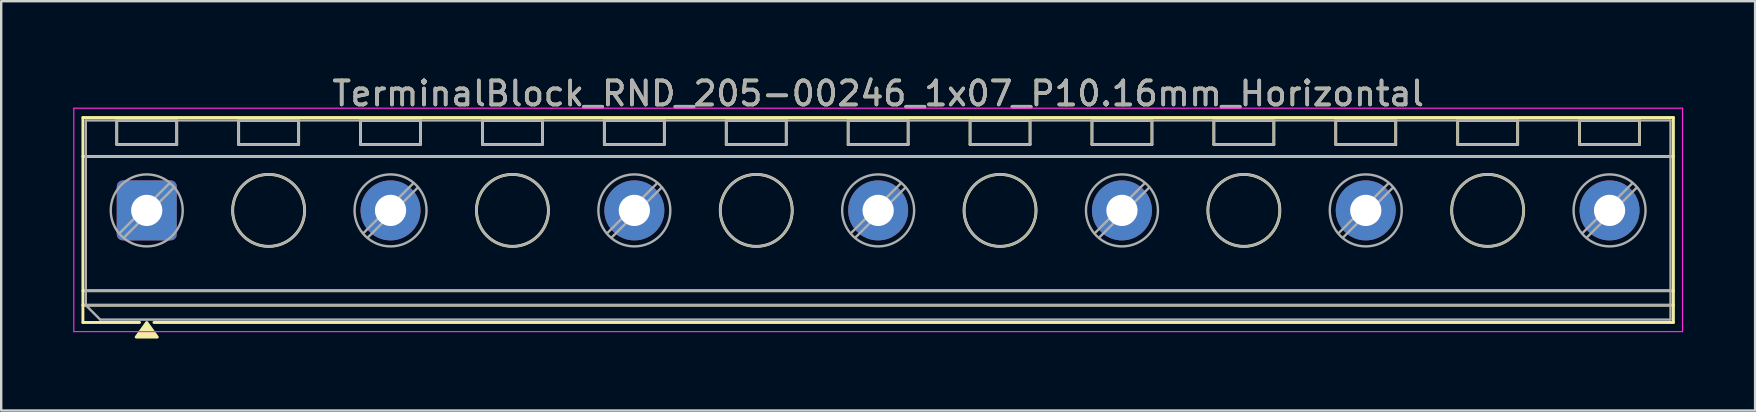
<source format=kicad_pcb>
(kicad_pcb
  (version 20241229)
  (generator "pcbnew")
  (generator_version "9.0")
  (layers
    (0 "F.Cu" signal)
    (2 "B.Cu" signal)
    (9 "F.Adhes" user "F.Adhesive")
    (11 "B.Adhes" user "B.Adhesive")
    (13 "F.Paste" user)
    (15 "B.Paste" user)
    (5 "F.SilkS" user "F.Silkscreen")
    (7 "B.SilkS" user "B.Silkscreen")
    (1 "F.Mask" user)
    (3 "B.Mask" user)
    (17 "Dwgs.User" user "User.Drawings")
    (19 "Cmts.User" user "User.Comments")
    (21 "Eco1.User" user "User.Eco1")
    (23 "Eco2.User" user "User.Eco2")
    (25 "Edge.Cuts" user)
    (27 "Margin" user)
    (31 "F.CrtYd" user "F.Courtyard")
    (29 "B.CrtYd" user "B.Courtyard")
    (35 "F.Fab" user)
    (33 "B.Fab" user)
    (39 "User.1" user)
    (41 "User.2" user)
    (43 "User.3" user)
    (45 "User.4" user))
  (footprint "TerminalBlock_RND_205-00246_1x07_P10.16mm_Horizontal"
    (layer "F.Cu")
    (at 3.065 5.718)
    (property "Reference" "TerminalBlock_RND_205-00246_1x07_P10.16mm_Horizontal" (at 30.48 -4.87 0) (layer "F.SilkS") (effects (font (size 1 1) (thickness 0.15))))
    (attr through_hole)
    (fp_line (start -2.66 -3.87) (end -2.66 4.67) (stroke (width 0.12) (type solid)) (layer "F.SilkS"))
    (fp_line (start -2.66 -3.87) (end 63.62 -3.87) (stroke (width 0.12) (type solid)) (layer "F.SilkS"))
    (fp_line (start -2.66 -2.25) (end 63.62 -2.25) (stroke (width 0.12) (type solid)) (layer "F.SilkS"))
    (fp_line (start -2.66 3.35) (end 63.62 3.35) (stroke (width 0.12) (type solid)) (layer "F.SilkS"))
    (fp_line (start -2.66 3.95) (end 63.62 3.95) (stroke (width 0.12) (type solid)) (layer "F.SilkS"))
    (fp_line (start -2.66 4.67) (end -0.3 4.67) (stroke (width 0.12) (type solid)) (layer "F.SilkS"))
    (fp_line (start -1.25 -3.75) (end -1.25 -2.75) (stroke (width 0.12) (type solid)) (layer "F.SilkS"))
    (fp_line (start -1.25 -3.75) (end 1.25 -3.75) (stroke (width 0.12) (type solid)) (layer "F.SilkS"))
    (fp_line (start -1.25 -2.75) (end 1.25 -2.75) (stroke (width 0.12) (type solid)) (layer "F.SilkS"))
    (fp_line (start 0.3 4.67) (end 63.62 4.67) (stroke (width 0.12) (type solid)) (layer "F.SilkS"))
    (fp_line (start 1.25 -3.75) (end 1.25 -2.75) (stroke (width 0.12) (type solid)) (layer "F.SilkS"))
    (fp_line (start 3.83 -3.75) (end 3.83 -2.75) (stroke (width 0.12) (type solid)) (layer "F.SilkS"))
    (fp_line (start 3.83 -3.75) (end 6.33 -3.75) (stroke (width 0.12) (type solid)) (layer "F.SilkS"))
    (fp_line (start 3.83 -2.75) (end 6.33 -2.75) (stroke (width 0.12) (type solid)) (layer "F.SilkS"))
    (fp_line (start 6.33 -3.75) (end 6.33 -2.75) (stroke (width 0.12) (type solid)) (layer "F.SilkS"))
    (fp_line (start 8.91 -3.75) (end 8.91 -2.75) (stroke (width 0.12) (type solid)) (layer "F.SilkS"))
    (fp_line (start 8.91 -3.75) (end 11.41 -3.75) (stroke (width 0.12) (type solid)) (layer "F.SilkS"))
    (fp_line (start 8.91 -2.75) (end 11.41 -2.75) (stroke (width 0.12) (type solid)) (layer "F.SilkS"))
    (fp_line (start 11.41 -3.75) (end 11.41 -2.75) (stroke (width 0.12) (type solid)) (layer "F.SilkS"))
    (fp_line (start 13.99 -3.75) (end 13.99 -2.75) (stroke (width 0.12) (type solid)) (layer "F.SilkS"))
    (fp_line (start 13.99 -3.75) (end 16.49 -3.75) (stroke (width 0.12) (type solid)) (layer "F.SilkS"))
    (fp_line (start 13.99 -2.75) (end 16.49 -2.75) (stroke (width 0.12) (type solid)) (layer "F.SilkS"))
    (fp_line (start 16.49 -3.75) (end 16.49 -2.75) (stroke (width 0.12) (type solid)) (layer "F.SilkS"))
    (fp_line (start 19.07 -3.75) (end 19.07 -2.75) (stroke (width 0.12) (type solid)) (layer "F.SilkS"))
    (fp_line (start 19.07 -3.75) (end 21.57 -3.75) (stroke (width 0.12) (type solid)) (layer "F.SilkS"))
    (fp_line (start 19.07 -2.75) (end 21.57 -2.75) (stroke (width 0.12) (type solid)) (layer "F.SilkS"))
    (fp_line (start 21.57 -3.75) (end 21.57 -2.75) (stroke (width 0.12) (type solid)) (layer "F.SilkS"))
    (fp_line (start 24.15 -3.75) (end 24.15 -2.75) (stroke (width 0.12) (type solid)) (layer "F.SilkS"))
    (fp_line (start 24.15 -3.75) (end 26.65 -3.75) (stroke (width 0.12) (type solid)) (layer "F.SilkS"))
    (fp_line (start 24.15 -2.75) (end 26.65 -2.75) (stroke (width 0.12) (type solid)) (layer "F.SilkS"))
    (fp_line (start 26.65 -3.75) (end 26.65 -2.75) (stroke (width 0.12) (type solid)) (layer "F.SilkS"))
    (fp_line (start 29.23 -3.75) (end 29.23 -2.75) (stroke (width 0.12) (type solid)) (layer "F.SilkS"))
    (fp_line (start 29.23 -3.75) (end 31.73 -3.75) (stroke (width 0.12) (type solid)) (layer "F.SilkS"))
    (fp_line (start 29.23 -2.75) (end 31.73 -2.75) (stroke (width 0.12) (type solid)) (layer "F.SilkS"))
    (fp_line (start 31.73 -3.75) (end 31.73 -2.75) (stroke (width 0.12) (type solid)) (layer "F.SilkS"))
    (fp_line (start 34.31 -3.75) (end 34.31 -2.75) (stroke (width 0.12) (type solid)) (layer "F.SilkS"))
    (fp_line (start 34.31 -3.75) (end 36.81 -3.75) (stroke (width 0.12) (type solid)) (layer "F.SilkS"))
    (fp_line (start 34.31 -2.75) (end 36.81 -2.75) (stroke (width 0.12) (type solid)) (layer "F.SilkS"))
    (fp_line (start 36.81 -3.75) (end 36.81 -2.75) (stroke (width 0.12) (type solid)) (layer "F.SilkS"))
    (fp_line (start 39.39 -3.75) (end 39.39 -2.75) (stroke (width 0.12) (type solid)) (layer "F.SilkS"))
    (fp_line (start 39.39 -3.75) (end 41.89 -3.75) (stroke (width 0.12) (type solid)) (layer "F.SilkS"))
    (fp_line (start 39.39 -2.75) (end 41.89 -2.75) (stroke (width 0.12) (type solid)) (layer "F.SilkS"))
    (fp_line (start 41.89 -3.75) (end 41.89 -2.75) (stroke (width 0.12) (type solid)) (layer "F.SilkS"))
    (fp_line (start 44.47 -3.75) (end 44.47 -2.75) (stroke (width 0.12) (type solid)) (layer "F.SilkS"))
    (fp_line (start 44.47 -3.75) (end 46.97 -3.75) (stroke (width 0.12) (type solid)) (layer "F.SilkS"))
    (fp_line (start 44.47 -2.75) (end 46.97 -2.75) (stroke (width 0.12) (type solid)) (layer "F.SilkS"))
    (fp_line (start 46.97 -3.75) (end 46.97 -2.75) (stroke (width 0.12) (type solid)) (layer "F.SilkS"))
    (fp_line (start 49.55 -3.75) (end 49.55 -2.75) (stroke (width 0.12) (type solid)) (layer "F.SilkS"))
    (fp_line (start 49.55 -3.75) (end 52.05 -3.75) (stroke (width 0.12) (type solid)) (layer "F.SilkS"))
    (fp_line (start 49.55 -2.75) (end 52.05 -2.75) (stroke (width 0.12) (type solid)) (layer "F.SilkS"))
    (fp_line (start 52.05 -3.75) (end 52.05 -2.75) (stroke (width 0.12) (type solid)) (layer "F.SilkS"))
    (fp_line (start 54.63 -3.75) (end 54.63 -2.75) (stroke (width 0.12) (type solid)) (layer "F.SilkS"))
    (fp_line (start 54.63 -3.75) (end 57.13 -3.75) (stroke (width 0.12) (type solid)) (layer "F.SilkS"))
    (fp_line (start 54.63 -2.75) (end 57.13 -2.75) (stroke (width 0.12) (type solid)) (layer "F.SilkS"))
    (fp_line (start 57.13 -3.75) (end 57.13 -2.75) (stroke (width 0.12) (type solid)) (layer "F.SilkS"))
    (fp_line (start 59.71 -3.75) (end 59.71 -2.75) (stroke (width 0.12) (type solid)) (layer "F.SilkS"))
    (fp_line (start 59.71 -3.75) (end 62.21 -3.75) (stroke (width 0.12) (type solid)) (layer "F.SilkS"))
    (fp_line (start 59.71 -2.75) (end 62.21 -2.75) (stroke (width 0.12) (type solid)) (layer "F.SilkS"))
    (fp_line (start 62.21 -3.75) (end 62.21 -2.75) (stroke (width 0.12) (type solid)) (layer "F.SilkS"))
    (fp_line (start 63.62 -3.87) (end 63.62 4.67) (stroke (width 0.12) (type solid)) (layer "F.SilkS"))
    (fp_circle (center 5.08 0) (end 6.58 0) (stroke (width 0.12) (type solid)) (fill no) (layer "F.SilkS"))
    (fp_circle (center 15.24 0) (end 16.74 0) (stroke (width 0.12) (type solid)) (fill no) (layer "F.SilkS"))
    (fp_circle (center 25.4 0) (end 26.9 0) (stroke (width 0.12) (type solid)) (fill no) (layer "F.SilkS"))
    (fp_circle (center 35.56 0) (end 37.06 0) (stroke (width 0.12) (type solid)) (fill no) (layer "F.SilkS"))
    (fp_circle (center 45.72 0) (end 47.22 0) (stroke (width 0.12) (type solid)) (fill no) (layer "F.SilkS"))
    (fp_circle (center 55.88 0) (end 57.38 0) (stroke (width 0.12) (type solid)) (fill no) (layer "F.SilkS"))
    (fp_poly (pts (xy 0 4.67) (xy 0.44 5.28) (xy -0.44 5.28)) (stroke (width 0.12) (type solid)) (fill yes) (layer "F.SilkS"))
    (fp_line (start -3.04 -4.26) (end -3.04 5.05) (stroke (width 0.05) (type solid)) (layer "F.CrtYd"))
    (fp_line (start -3.04 5.05) (end 64 5.05) (stroke (width 0.05) (type solid)) (layer "F.CrtYd"))
    (fp_line (start 64 -4.26) (end -3.04 -4.26) (stroke (width 0.05) (type solid)) (layer "F.CrtYd"))
    (fp_line (start 64 5.05) (end 64 -4.26) (stroke (width 0.05) (type solid)) (layer "F.CrtYd"))
    (fp_line (start -2.54 -3.75) (end 63.5 -3.75) (stroke (width 0.1) (type solid)) (layer "F.Fab"))
    (fp_line (start -2.54 -2.25) (end 63.5 -2.25) (stroke (width 0.1) (type solid)) (layer "F.Fab"))
    (fp_line (start -2.54 3.35) (end 63.5 3.35) (stroke (width 0.1) (type solid)) (layer "F.Fab"))
    (fp_line (start -2.54 3.95) (end -2.54 -3.75) (stroke (width 0.1) (type solid)) (layer "F.Fab"))
    (fp_line (start -2.54 3.95) (end 63.5 3.95) (stroke (width 0.1) (type solid)) (layer "F.Fab"))
    (fp_line (start -1.94 4.55) (end -2.54 3.95) (stroke (width 0.1) (type solid)) (layer "F.Fab"))
    (fp_line (start -1.25 -3.75) (end -1.25 -2.75) (stroke (width 0.1) (type solid)) (layer "F.Fab"))
    (fp_line (start -1.25 -2.75) (end 1.25 -2.75) (stroke (width 0.1) (type solid)) (layer "F.Fab"))
    (fp_line (start 0.955 -1.138) (end -1.138 0.955) (stroke (width 0.1) (type solid)) (layer "F.Fab"))
    (fp_line (start 1.138 -0.955) (end -0.955 1.138) (stroke (width 0.1) (type solid)) (layer "F.Fab"))
    (fp_line (start 1.25 -3.75) (end -1.25 -3.75) (stroke (width 0.1) (type solid)) (layer "F.Fab"))
    (fp_line (start 1.25 -2.75) (end 1.25 -3.75) (stroke (width 0.1) (type solid)) (layer "F.Fab"))
    (fp_line (start 3.83 -3.75) (end 3.83 -2.75) (stroke (width 0.1) (type solid)) (layer "F.Fab"))
    (fp_line (start 3.83 -2.75) (end 6.33 -2.75) (stroke (width 0.1) (type solid)) (layer "F.Fab"))
    (fp_line (start 6.33 -3.75) (end 3.83 -3.75) (stroke (width 0.1) (type solid)) (layer "F.Fab"))
    (fp_line (start 6.33 -2.75) (end 6.33 -3.75) (stroke (width 0.1) (type solid)) (layer "F.Fab"))
    (fp_line (start 8.91 -3.75) (end 8.91 -2.75) (stroke (width 0.1) (type solid)) (layer "F.Fab"))
    (fp_line (start 8.91 -2.75) (end 11.41 -2.75) (stroke (width 0.1) (type solid)) (layer "F.Fab"))
    (fp_line (start 11.115 -1.138) (end 9.022 0.955) (stroke (width 0.1) (type solid)) (layer "F.Fab"))
    (fp_line (start 11.298 -0.955) (end 9.205 1.138) (stroke (width 0.1) (type solid)) (layer "F.Fab"))
    (fp_line (start 11.41 -3.75) (end 8.91 -3.75) (stroke (width 0.1) (type solid)) (layer "F.Fab"))
    (fp_line (start 11.41 -2.75) (end 11.41 -3.75) (stroke (width 0.1) (type solid)) (layer "F.Fab"))
    (fp_line (start 13.99 -3.75) (end 13.99 -2.75) (stroke (width 0.1) (type solid)) (layer "F.Fab"))
    (fp_line (start 13.99 -2.75) (end 16.49 -2.75) (stroke (width 0.1) (type solid)) (layer "F.Fab"))
    (fp_line (start 16.49 -3.75) (end 13.99 -3.75) (stroke (width 0.1) (type solid)) (layer "F.Fab"))
    (fp_line (start 16.49 -2.75) (end 16.49 -3.75) (stroke (width 0.1) (type solid)) (layer "F.Fab"))
    (fp_line (start 19.07 -3.75) (end 19.07 -2.75) (stroke (width 0.1) (type solid)) (layer "F.Fab"))
    (fp_line (start 19.07 -2.75) (end 21.57 -2.75) (stroke (width 0.1) (type solid)) (layer "F.Fab"))
    (fp_line (start 21.275 -1.138) (end 19.182 0.955) (stroke (width 0.1) (type solid)) (layer "F.Fab"))
    (fp_line (start 21.458 -0.955) (end 19.365 1.138) (stroke (width 0.1) (type solid)) (layer "F.Fab"))
    (fp_line (start 21.57 -3.75) (end 19.07 -3.75) (stroke (width 0.1) (type solid)) (layer "F.Fab"))
    (fp_line (start 21.57 -2.75) (end 21.57 -3.75) (stroke (width 0.1) (type solid)) (layer "F.Fab"))
    (fp_line (start 24.15 -3.75) (end 24.15 -2.75) (stroke (width 0.1) (type solid)) (layer "F.Fab"))
    (fp_line (start 24.15 -2.75) (end 26.65 -2.75) (stroke (width 0.1) (type solid)) (layer "F.Fab"))
    (fp_line (start 26.65 -3.75) (end 24.15 -3.75) (stroke (width 0.1) (type solid)) (layer "F.Fab"))
    (fp_line (start 26.65 -2.75) (end 26.65 -3.75) (stroke (width 0.1) (type solid)) (layer "F.Fab"))
    (fp_line (start 29.23 -3.75) (end 29.23 -2.75) (stroke (width 0.1) (type solid)) (layer "F.Fab"))
    (fp_line (start 29.23 -2.75) (end 31.73 -2.75) (stroke (width 0.1) (type solid)) (layer "F.Fab"))
    (fp_line (start 31.435 -1.138) (end 29.342 0.955) (stroke (width 0.1) (type solid)) (layer "F.Fab"))
    (fp_line (start 31.618 -0.955) (end 29.525 1.138) (stroke (width 0.1) (type solid)) (layer "F.Fab"))
    (fp_line (start 31.73 -3.75) (end 29.23 -3.75) (stroke (width 0.1) (type solid)) (layer "F.Fab"))
    (fp_line (start 31.73 -2.75) (end 31.73 -3.75) (stroke (width 0.1) (type solid)) (layer "F.Fab"))
    (fp_line (start 34.31 -3.75) (end 34.31 -2.75) (stroke (width 0.1) (type solid)) (layer "F.Fab"))
    (fp_line (start 34.31 -2.75) (end 36.81 -2.75) (stroke (width 0.1) (type solid)) (layer "F.Fab"))
    (fp_line (start 36.81 -3.75) (end 34.31 -3.75) (stroke (width 0.1) (type solid)) (layer "F.Fab"))
    (fp_line (start 36.81 -2.75) (end 36.81 -3.75) (stroke (width 0.1) (type solid)) (layer "F.Fab"))
    (fp_line (start 39.39 -3.75) (end 39.39 -2.75) (stroke (width 0.1) (type solid)) (layer "F.Fab"))
    (fp_line (start 39.39 -2.75) (end 41.89 -2.75) (stroke (width 0.1) (type solid)) (layer "F.Fab"))
    (fp_line (start 41.595 -1.138) (end 39.502 0.955) (stroke (width 0.1) (type solid)) (layer "F.Fab"))
    (fp_line (start 41.778 -0.955) (end 39.685 1.138) (stroke (width 0.1) (type solid)) (layer "F.Fab"))
    (fp_line (start 41.89 -3.75) (end 39.39 -3.75) (stroke (width 0.1) (type solid)) (layer "F.Fab"))
    (fp_line (start 41.89 -2.75) (end 41.89 -3.75) (stroke (width 0.1) (type solid)) (layer "F.Fab"))
    (fp_line (start 44.47 -3.75) (end 44.47 -2.75) (stroke (width 0.1) (type solid)) (layer "F.Fab"))
    (fp_line (start 44.47 -2.75) (end 46.97 -2.75) (stroke (width 0.1) (type solid)) (layer "F.Fab"))
    (fp_line (start 46.97 -3.75) (end 44.47 -3.75) (stroke (width 0.1) (type solid)) (layer "F.Fab"))
    (fp_line (start 46.97 -2.75) (end 46.97 -3.75) (stroke (width 0.1) (type solid)) (layer "F.Fab"))
    (fp_line (start 49.55 -3.75) (end 49.55 -2.75) (stroke (width 0.1) (type solid)) (layer "F.Fab"))
    (fp_line (start 49.55 -2.75) (end 52.05 -2.75) (stroke (width 0.1) (type solid)) (layer "F.Fab"))
    (fp_line (start 51.755 -1.138) (end 49.662 0.955) (stroke (width 0.1) (type solid)) (layer "F.Fab"))
    (fp_line (start 51.938 -0.955) (end 49.845 1.138) (stroke (width 0.1) (type solid)) (layer "F.Fab"))
    (fp_line (start 52.05 -3.75) (end 49.55 -3.75) (stroke (width 0.1) (type solid)) (layer "F.Fab"))
    (fp_line (start 52.05 -2.75) (end 52.05 -3.75) (stroke (width 0.1) (type solid)) (layer "F.Fab"))
    (fp_line (start 54.63 -3.75) (end 54.63 -2.75) (stroke (width 0.1) (type solid)) (layer "F.Fab"))
    (fp_line (start 54.63 -2.75) (end 57.13 -2.75) (stroke (width 0.1) (type solid)) (layer "F.Fab"))
    (fp_line (start 57.13 -3.75) (end 54.63 -3.75) (stroke (width 0.1) (type solid)) (layer "F.Fab"))
    (fp_line (start 57.13 -2.75) (end 57.13 -3.75) (stroke (width 0.1) (type solid)) (layer "F.Fab"))
    (fp_line (start 59.71 -3.75) (end 59.71 -2.75) (stroke (width 0.1) (type solid)) (layer "F.Fab"))
    (fp_line (start 59.71 -2.75) (end 62.21 -2.75) (stroke (width 0.1) (type solid)) (layer "F.Fab"))
    (fp_line (start 61.915 -1.138) (end 59.822 0.955) (stroke (width 0.1) (type solid)) (layer "F.Fab"))
    (fp_line (start 62.098 -0.955) (end 60.005 1.138) (stroke (width 0.1) (type solid)) (layer "F.Fab"))
    (fp_line (start 62.21 -3.75) (end 59.71 -3.75) (stroke (width 0.1) (type solid)) (layer "F.Fab"))
    (fp_line (start 62.21 -2.75) (end 62.21 -3.75) (stroke (width 0.1) (type solid)) (layer "F.Fab"))
    (fp_line (start 63.5 -3.75) (end 63.5 4.55) (stroke (width 0.1) (type solid)) (layer "F.Fab"))
    (fp_line (start 63.5 4.55) (end -1.94 4.55) (stroke (width 0.1) (type solid)) (layer "F.Fab"))
    (fp_circle (center 0 0) (end 1.5 0) (stroke (width 0.1) (type solid)) (fill no) (layer "F.Fab"))
    (fp_circle (center 5.08 0) (end 6.58 0) (stroke (width 0.1) (type solid)) (fill no) (layer "F.Fab"))
    (fp_circle (center 10.16 0) (end 11.66 0) (stroke (width 0.1) (type solid)) (fill no) (layer "F.Fab"))
    (fp_circle (center 15.24 0) (end 16.74 0) (stroke (width 0.1) (type solid)) (fill no) (layer "F.Fab"))
    (fp_circle (center 20.32 0) (end 21.82 0) (stroke (width 0.1) (type solid)) (fill no) (layer "F.Fab"))
    (fp_circle (center 25.4 0) (end 26.9 0) (stroke (width 0.1) (type solid)) (fill no) (layer "F.Fab"))
    (fp_circle (center 30.48 0) (end 31.98 0) (stroke (width 0.1) (type solid)) (fill no) (layer "F.Fab"))
    (fp_circle (center 35.56 0) (end 37.06 0) (stroke (width 0.1) (type solid)) (fill no) (layer "F.Fab"))
    (fp_circle (center 40.64 0) (end 42.14 0) (stroke (width 0.1) (type solid)) (fill no) (layer "F.Fab"))
    (fp_circle (center 45.72 0) (end 47.22 0) (stroke (width 0.1) (type solid)) (fill no) (layer "F.Fab"))
    (fp_circle (center 50.8 0) (end 52.3 0) (stroke (width 0.1) (type solid)) (fill no) (layer "F.Fab"))
    (fp_circle (center 55.88 0) (end 57.38 0) (stroke (width 0.1) (type solid)) (fill no) (layer "F.Fab"))
    (fp_circle (center 60.96 0) (end 62.46 0) (stroke (width 0.1) (type solid)) (fill no) (layer "F.Fab"))
    (fp_text user "${REFERENCE}" (at 30.48 -4.87 0) (layer "F.Fab") (effects (font (size 1 1) (thickness 0.15))))
    (pad "1" thru_hole roundrect (at 0 0) (size 2.5 2.5) (drill 1.3) (layers "*.Cu" "*.Mask") (roundrect_rratio 0.1))
    (pad "2" thru_hole circle (at 10.16 0) (size 2.5 2.5) (drill 1.3) (layers "*.Cu" "*.Mask"))
    (pad "3" thru_hole circle (at 20.32 0) (size 2.5 2.5) (drill 1.3) (layers "*.Cu" "*.Mask"))
    (pad "4" thru_hole circle (at 30.48 0) (size 2.5 2.5) (drill 1.3) (layers "*.Cu" "*.Mask"))
    (pad "5" thru_hole circle (at 40.64 0) (size 2.5 2.5) (drill 1.3) (layers "*.Cu" "*.Mask"))
    (pad "6" thru_hole circle (at 50.8 0) (size 2.5 2.5) (drill 1.3) (layers "*.Cu" "*.Mask"))
    (pad "7" thru_hole circle (at 60.96 0) (size 2.5 2.5) (drill 1.3) (layers "*.Cu" "*.Mask")))
  (gr_rect
    (start -3 -3)
    (end 70.09 14.058)
    (stroke (width 0.1) (type default))
    (fill no)
    (layer "Edge.Cuts")))
</source>
